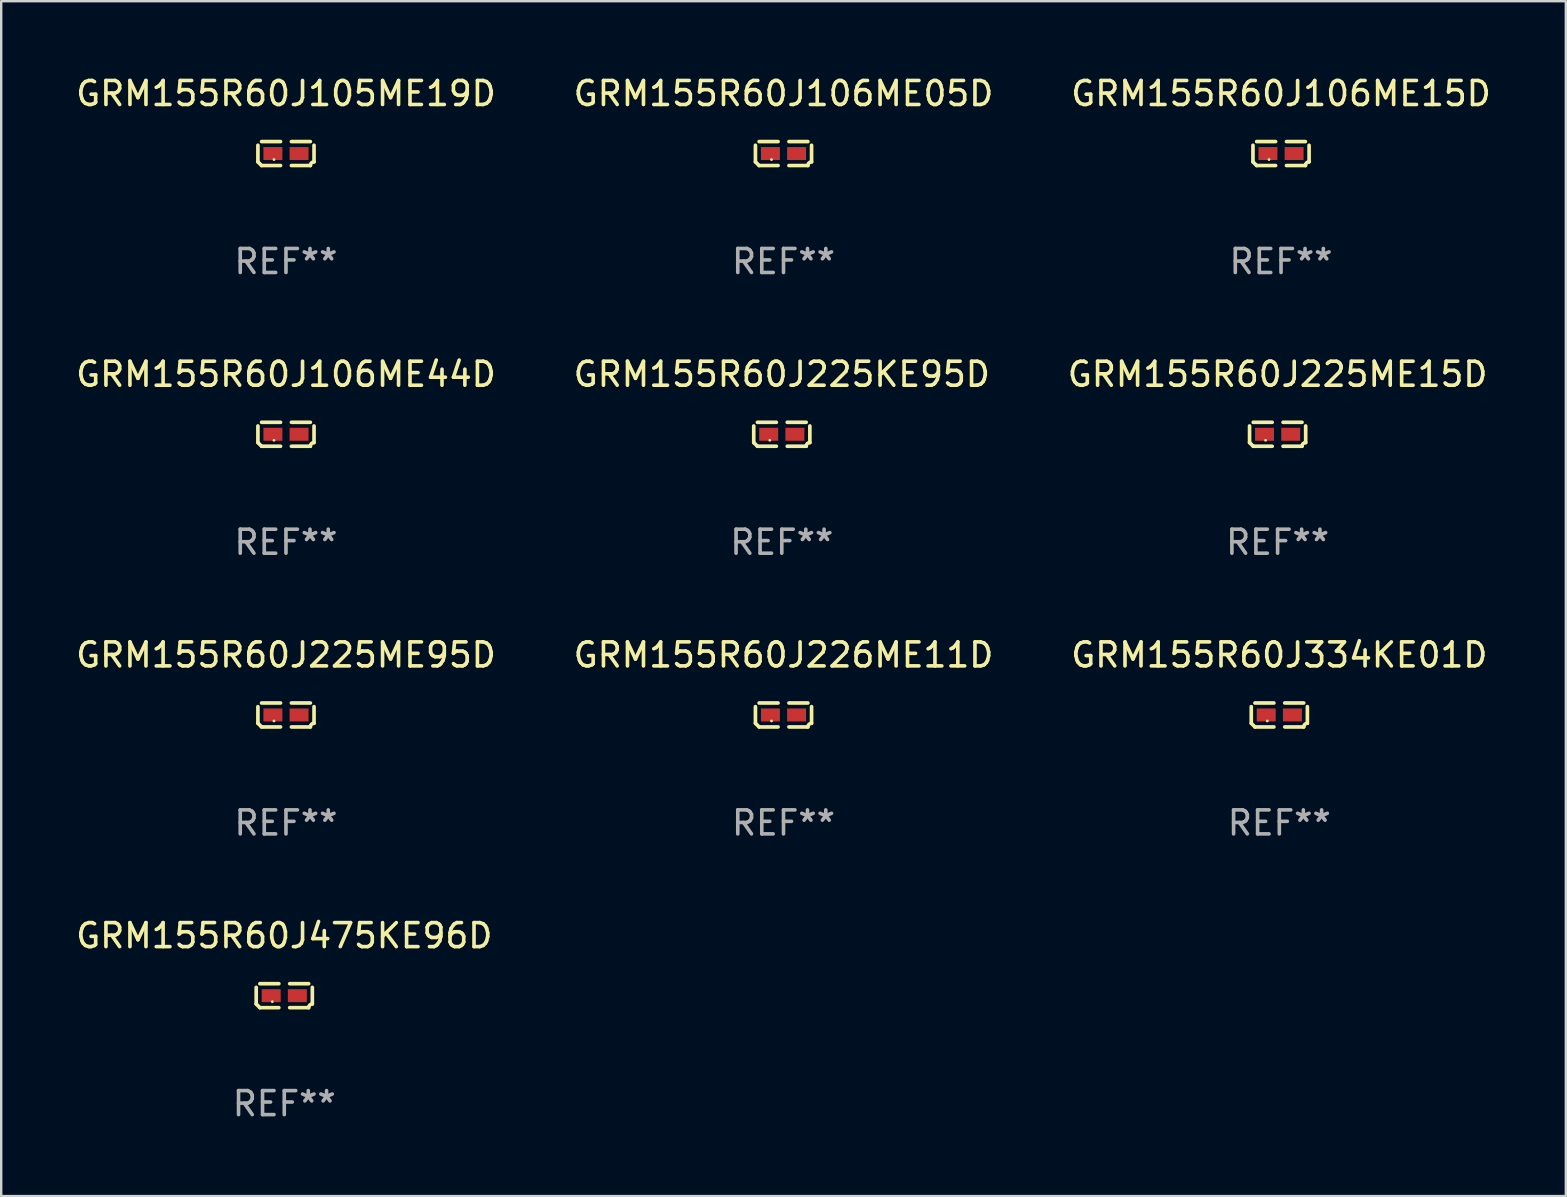
<source format=kicad_pcb>
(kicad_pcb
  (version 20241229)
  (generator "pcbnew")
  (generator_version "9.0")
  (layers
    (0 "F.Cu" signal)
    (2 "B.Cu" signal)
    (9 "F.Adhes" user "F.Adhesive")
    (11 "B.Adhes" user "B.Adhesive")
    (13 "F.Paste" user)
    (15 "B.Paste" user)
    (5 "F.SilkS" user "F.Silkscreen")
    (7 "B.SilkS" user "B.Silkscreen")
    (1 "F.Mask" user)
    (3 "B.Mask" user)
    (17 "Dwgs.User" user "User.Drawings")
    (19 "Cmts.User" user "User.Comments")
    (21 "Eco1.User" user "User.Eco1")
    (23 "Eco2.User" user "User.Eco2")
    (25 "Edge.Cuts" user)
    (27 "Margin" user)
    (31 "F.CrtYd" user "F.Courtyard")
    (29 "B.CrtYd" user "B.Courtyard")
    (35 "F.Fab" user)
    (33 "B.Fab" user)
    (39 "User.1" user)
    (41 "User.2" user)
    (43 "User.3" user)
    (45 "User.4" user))
  (footprint "GRM155R60J106ME05D"
    (layer "F.Cu")
    (at 29.589 3.347)
    (property "Reference" "GRM155R60J106ME05D" (at 0 -2.499 0) (layer "F.SilkS") (effects (font (size 1 1) (thickness 0.15))))
    (attr through_hole)
    (fp_line (start -1.169 0.346) (end -1.169 -0.346) (stroke (width 0.152) (type solid)) (layer "F.SilkS"))
    (fp_line (start -1.016 -0.499) (end -0.226 -0.499) (stroke (width 0.152) (type solid)) (layer "F.SilkS"))
    (fp_line (start -0.226 0.499) (end -1.016 0.499) (stroke (width 0.152) (type solid)) (layer "F.SilkS"))
    (fp_line (start 0.226 0.499) (end 1.016 0.499) (stroke (width 0.152) (type solid)) (layer "F.SilkS"))
    (fp_line (start 1.016 -0.499) (end 0.226 -0.499) (stroke (width 0.152) (type solid)) (layer "F.SilkS"))
    (fp_line (start 1.169 0.346) (end 1.169 -0.346) (stroke (width 0.152) (type solid)) (layer "F.SilkS"))
    (fp_arc (start -1.016307 0.498603) (mid -1.092512 0.422405) (end -1.16871 0.3462) (stroke (width 0.1524) (type solid)) (layer "F.SilkS"))
    (fp_arc (start 1.016307 0.498603) (mid 1.060899 0.390758) (end 1.168707 0.346076) (stroke (width 0.1524) (type solid)) (layer "F.SilkS"))
    (fp_circle (center -0.5 0.25) (end -0.47 0.25) (stroke (width 0.06) (type solid)) (fill no) (layer "F.SilkS"))
    (fp_text user "REF**" (at 0 4.499 0) (layer "F.Fab") (effects (font (size 1 1) (thickness 0.15))))
    (pad "1" smd rect (at -0.545 0) (size 0.79 0.54) (layers "F.Cu" "F.Mask" "F.Paste"))
    (pad "2" smd rect (at 0.545 0) (size 0.79 0.54) (layers "F.Cu" "F.Mask" "F.Paste")))
  (footprint "GRM155R60J475KE96D"
    (layer "F.Cu")
    (at 8.792 38.428)
    (property "Reference" "GRM155R60J475KE96D" (at 0 -2.499 0) (layer "F.SilkS") (effects (font (size 1 1) (thickness 0.15))))
    (attr through_hole)
    (fp_line (start -1.169 0.346) (end -1.169 -0.346) (stroke (width 0.152) (type solid)) (layer "F.SilkS"))
    (fp_line (start -1.016 -0.499) (end -0.226 -0.499) (stroke (width 0.152) (type solid)) (layer "F.SilkS"))
    (fp_line (start -0.226 0.499) (end -1.016 0.499) (stroke (width 0.152) (type solid)) (layer "F.SilkS"))
    (fp_line (start 0.226 0.499) (end 1.016 0.499) (stroke (width 0.152) (type solid)) (layer "F.SilkS"))
    (fp_line (start 1.016 -0.499) (end 0.226 -0.499) (stroke (width 0.152) (type solid)) (layer "F.SilkS"))
    (fp_line (start 1.169 0.346) (end 1.169 -0.346) (stroke (width 0.152) (type solid)) (layer "F.SilkS"))
    (fp_arc (start -1.016307 0.498603) (mid -1.092512 0.422405) (end -1.16871 0.3462) (stroke (width 0.1524) (type solid)) (layer "F.SilkS"))
    (fp_arc (start 1.016307 0.498603) (mid 1.060899 0.390758) (end 1.168707 0.346076) (stroke (width 0.1524) (type solid)) (layer "F.SilkS"))
    (fp_circle (center -0.5 0.25) (end -0.47 0.25) (stroke (width 0.06) (type solid)) (fill no) (layer "F.SilkS"))
    (fp_text user "REF**" (at 0 4.499 0) (layer "F.Fab") (effects (font (size 1 1) (thickness 0.15))))
    (pad "1" smd rect (at -0.545 0) (size 0.79 0.54) (layers "F.Cu" "F.Mask" "F.Paste"))
    (pad "2" smd rect (at 0.545 0) (size 0.79 0.54) (layers "F.Cu" "F.Mask" "F.Paste")))
  (footprint "GRM155R60J225KE95D"
    (layer "F.Cu")
    (at 29.518 15.041)
    (property "Reference" "GRM155R60J225KE95D" (at 0 -2.499 0) (layer "F.SilkS") (effects (font (size 1 1) (thickness 0.15))))
    (attr through_hole)
    (fp_line (start -1.169 0.346) (end -1.169 -0.346) (stroke (width 0.152) (type solid)) (layer "F.SilkS"))
    (fp_line (start -1.016 -0.499) (end -0.226 -0.499) (stroke (width 0.152) (type solid)) (layer "F.SilkS"))
    (fp_line (start -0.226 0.499) (end -1.016 0.499) (stroke (width 0.152) (type solid)) (layer "F.SilkS"))
    (fp_line (start 0.226 0.499) (end 1.016 0.499) (stroke (width 0.152) (type solid)) (layer "F.SilkS"))
    (fp_line (start 1.016 -0.499) (end 0.226 -0.499) (stroke (width 0.152) (type solid)) (layer "F.SilkS"))
    (fp_line (start 1.169 0.346) (end 1.169 -0.346) (stroke (width 0.152) (type solid)) (layer "F.SilkS"))
    (fp_arc (start -1.016307 0.498603) (mid -1.092512 0.422405) (end -1.16871 0.3462) (stroke (width 0.1524) (type solid)) (layer "F.SilkS"))
    (fp_arc (start 1.016307 0.498603) (mid 1.060899 0.390758) (end 1.168707 0.346076) (stroke (width 0.1524) (type solid)) (layer "F.SilkS"))
    (fp_circle (center -0.5 0.25) (end -0.47 0.25) (stroke (width 0.06) (type solid)) (fill no) (layer "F.SilkS"))
    (fp_text user "REF**" (at 0 4.499 0) (layer "F.Fab") (effects (font (size 1 1) (thickness 0.15))))
    (pad "1" smd rect (at -0.545 0) (size 0.79 0.54) (layers "F.Cu" "F.Mask" "F.Paste"))
    (pad "2" smd rect (at 0.545 0) (size 0.79 0.54) (layers "F.Cu" "F.Mask" "F.Paste")))
  (footprint "GRM155R60J334KE01D"
    (layer "F.Cu")
    (at 50.244 26.734)
    (property "Reference" "GRM155R60J334KE01D" (at 0 -2.499 0) (layer "F.SilkS") (effects (font (size 1 1) (thickness 0.15))))
    (attr through_hole)
    (fp_line (start -1.169 0.346) (end -1.169 -0.346) (stroke (width 0.152) (type solid)) (layer "F.SilkS"))
    (fp_line (start -1.016 -0.499) (end -0.226 -0.499) (stroke (width 0.152) (type solid)) (layer "F.SilkS"))
    (fp_line (start -0.226 0.499) (end -1.016 0.499) (stroke (width 0.152) (type solid)) (layer "F.SilkS"))
    (fp_line (start 0.226 0.499) (end 1.016 0.499) (stroke (width 0.152) (type solid)) (layer "F.SilkS"))
    (fp_line (start 1.016 -0.499) (end 0.226 -0.499) (stroke (width 0.152) (type solid)) (layer "F.SilkS"))
    (fp_line (start 1.169 0.346) (end 1.169 -0.346) (stroke (width 0.152) (type solid)) (layer "F.SilkS"))
    (fp_arc (start -1.016307 0.498603) (mid -1.092512 0.422405) (end -1.16871 0.3462) (stroke (width 0.1524) (type solid)) (layer "F.SilkS"))
    (fp_arc (start 1.016307 0.498603) (mid 1.060899 0.390758) (end 1.168707 0.346076) (stroke (width 0.1524) (type solid)) (layer "F.SilkS"))
    (fp_circle (center -0.5 0.25) (end -0.47 0.25) (stroke (width 0.06) (type solid)) (fill no) (layer "F.SilkS"))
    (fp_text user "REF**" (at 0 4.499 0) (layer "F.Fab") (effects (font (size 1 1) (thickness 0.15))))
    (pad "1" smd rect (at -0.545 0) (size 0.79 0.54) (layers "F.Cu" "F.Mask" "F.Paste"))
    (pad "2" smd rect (at 0.545 0) (size 0.79 0.54) (layers "F.Cu" "F.Mask" "F.Paste")))
  (footprint "GRM155R60J225ME95D"
    (layer "F.Cu")
    (at 8.863 26.734)
    (property "Reference" "GRM155R60J225ME95D" (at 0 -2.499 0) (layer "F.SilkS") (effects (font (size 1 1) (thickness 0.15))))
    (attr through_hole)
    (fp_line (start -1.169 0.346) (end -1.169 -0.346) (stroke (width 0.152) (type solid)) (layer "F.SilkS"))
    (fp_line (start -1.016 -0.499) (end -0.226 -0.499) (stroke (width 0.152) (type solid)) (layer "F.SilkS"))
    (fp_line (start -0.226 0.499) (end -1.016 0.499) (stroke (width 0.152) (type solid)) (layer "F.SilkS"))
    (fp_line (start 0.226 0.499) (end 1.016 0.499) (stroke (width 0.152) (type solid)) (layer "F.SilkS"))
    (fp_line (start 1.016 -0.499) (end 0.226 -0.499) (stroke (width 0.152) (type solid)) (layer "F.SilkS"))
    (fp_line (start 1.169 0.346) (end 1.169 -0.346) (stroke (width 0.152) (type solid)) (layer "F.SilkS"))
    (fp_arc (start -1.016307 0.498603) (mid -1.092512 0.422405) (end -1.16871 0.3462) (stroke (width 0.1524) (type solid)) (layer "F.SilkS"))
    (fp_arc (start 1.016307 0.498603) (mid 1.060899 0.390758) (end 1.168707 0.346076) (stroke (width 0.1524) (type solid)) (layer "F.SilkS"))
    (fp_circle (center -0.5 0.25) (end -0.47 0.25) (stroke (width 0.06) (type solid)) (fill no) (layer "F.SilkS"))
    (fp_text user "REF**" (at 0 4.499 0) (layer "F.Fab") (effects (font (size 1 1) (thickness 0.15))))
    (pad "1" smd rect (at -0.545 0) (size 0.79 0.54) (layers "F.Cu" "F.Mask" "F.Paste"))
    (pad "2" smd rect (at 0.545 0) (size 0.79 0.54) (layers "F.Cu" "F.Mask" "F.Paste")))
  (footprint "GRM155R60J226ME11D"
    (layer "F.Cu")
    (at 29.589 26.734)
    (property "Reference" "GRM155R60J226ME11D" (at 0 -2.499 0) (layer "F.SilkS") (effects (font (size 1 1) (thickness 0.15))))
    (attr through_hole)
    (fp_line (start -1.169 0.346) (end -1.169 -0.346) (stroke (width 0.152) (type solid)) (layer "F.SilkS"))
    (fp_line (start -1.016 -0.499) (end -0.226 -0.499) (stroke (width 0.152) (type solid)) (layer "F.SilkS"))
    (fp_line (start -0.226 0.499) (end -1.016 0.499) (stroke (width 0.152) (type solid)) (layer "F.SilkS"))
    (fp_line (start 0.226 0.499) (end 1.016 0.499) (stroke (width 0.152) (type solid)) (layer "F.SilkS"))
    (fp_line (start 1.016 -0.499) (end 0.226 -0.499) (stroke (width 0.152) (type solid)) (layer "F.SilkS"))
    (fp_line (start 1.169 0.346) (end 1.169 -0.346) (stroke (width 0.152) (type solid)) (layer "F.SilkS"))
    (fp_arc (start -1.016307 0.498603) (mid -1.092512 0.422405) (end -1.16871 0.3462) (stroke (width 0.1524) (type solid)) (layer "F.SilkS"))
    (fp_arc (start 1.016307 0.498603) (mid 1.060899 0.390758) (end 1.168707 0.346076) (stroke (width 0.1524) (type solid)) (layer "F.SilkS"))
    (fp_circle (center -0.5 0.25) (end -0.47 0.25) (stroke (width 0.06) (type solid)) (fill no) (layer "F.SilkS"))
    (fp_text user "REF**" (at 0 4.499 0) (layer "F.Fab") (effects (font (size 1 1) (thickness 0.15))))
    (pad "1" smd rect (at -0.545 0) (size 0.79 0.54) (layers "F.Cu" "F.Mask" "F.Paste"))
    (pad "2" smd rect (at 0.545 0) (size 0.79 0.54) (layers "F.Cu" "F.Mask" "F.Paste")))
  (footprint "GRM155R60J106ME15D"
    (layer "F.Cu")
    (at 50.315 3.347)
    (property "Reference" "GRM155R60J106ME15D" (at 0 -2.499 0) (layer "F.SilkS") (effects (font (size 1 1) (thickness 0.15))))
    (attr through_hole)
    (fp_line (start -1.169 0.346) (end -1.169 -0.346) (stroke (width 0.152) (type solid)) (layer "F.SilkS"))
    (fp_line (start -1.016 -0.499) (end -0.226 -0.499) (stroke (width 0.152) (type solid)) (layer "F.SilkS"))
    (fp_line (start -0.226 0.499) (end -1.016 0.499) (stroke (width 0.152) (type solid)) (layer "F.SilkS"))
    (fp_line (start 0.226 0.499) (end 1.016 0.499) (stroke (width 0.152) (type solid)) (layer "F.SilkS"))
    (fp_line (start 1.016 -0.499) (end 0.226 -0.499) (stroke (width 0.152) (type solid)) (layer "F.SilkS"))
    (fp_line (start 1.169 0.346) (end 1.169 -0.346) (stroke (width 0.152) (type solid)) (layer "F.SilkS"))
    (fp_arc (start -1.016307 0.498603) (mid -1.092512 0.422405) (end -1.16871 0.3462) (stroke (width 0.1524) (type solid)) (layer "F.SilkS"))
    (fp_arc (start 1.016307 0.498603) (mid 1.060899 0.390758) (end 1.168707 0.346076) (stroke (width 0.1524) (type solid)) (layer "F.SilkS"))
    (fp_circle (center -0.5 0.25) (end -0.47 0.25) (stroke (width 0.06) (type solid)) (fill no) (layer "F.SilkS"))
    (fp_text user "REF**" (at 0 4.499 0) (layer "F.Fab") (effects (font (size 1 1) (thickness 0.15))))
    (pad "1" smd rect (at -0.545 0) (size 0.79 0.54) (layers "F.Cu" "F.Mask" "F.Paste"))
    (pad "2" smd rect (at 0.545 0) (size 0.79 0.54) (layers "F.Cu" "F.Mask" "F.Paste")))
  (footprint "GRM155R60J225ME15D"
    (layer "F.Cu")
    (at 50.173 15.041)
    (property "Reference" "GRM155R60J225ME15D" (at 0 -2.499 0) (layer "F.SilkS") (effects (font (size 1 1) (thickness 0.15))))
    (attr through_hole)
    (fp_line (start -1.169 0.346) (end -1.169 -0.346) (stroke (width 0.152) (type solid)) (layer "F.SilkS"))
    (fp_line (start -1.016 -0.499) (end -0.226 -0.499) (stroke (width 0.152) (type solid)) (layer "F.SilkS"))
    (fp_line (start -0.226 0.499) (end -1.016 0.499) (stroke (width 0.152) (type solid)) (layer "F.SilkS"))
    (fp_line (start 0.226 0.499) (end 1.016 0.499) (stroke (width 0.152) (type solid)) (layer "F.SilkS"))
    (fp_line (start 1.016 -0.499) (end 0.226 -0.499) (stroke (width 0.152) (type solid)) (layer "F.SilkS"))
    (fp_line (start 1.169 0.346) (end 1.169 -0.346) (stroke (width 0.152) (type solid)) (layer "F.SilkS"))
    (fp_arc (start -1.016307 0.498603) (mid -1.092512 0.422405) (end -1.16871 0.3462) (stroke (width 0.1524) (type solid)) (layer "F.SilkS"))
    (fp_arc (start 1.016307 0.498603) (mid 1.060899 0.390758) (end 1.168707 0.346076) (stroke (width 0.1524) (type solid)) (layer "F.SilkS"))
    (fp_circle (center -0.5 0.25) (end -0.47 0.25) (stroke (width 0.06) (type solid)) (fill no) (layer "F.SilkS"))
    (fp_text user "REF**" (at 0 4.499 0) (layer "F.Fab") (effects (font (size 1 1) (thickness 0.15))))
    (pad "1" smd rect (at -0.545 0) (size 0.79 0.54) (layers "F.Cu" "F.Mask" "F.Paste"))
    (pad "2" smd rect (at 0.545 0) (size 0.79 0.54) (layers "F.Cu" "F.Mask" "F.Paste")))
  (footprint "GRM155R60J105ME19D"
    (layer "F.Cu")
    (at 8.863 3.347)
    (property "Reference" "GRM155R60J105ME19D" (at 0 -2.499 0) (layer "F.SilkS") (effects (font (size 1 1) (thickness 0.15))))
    (attr through_hole)
    (fp_line (start -1.169 0.346) (end -1.169 -0.346) (stroke (width 0.152) (type solid)) (layer "F.SilkS"))
    (fp_line (start -1.016 -0.499) (end -0.226 -0.499) (stroke (width 0.152) (type solid)) (layer "F.SilkS"))
    (fp_line (start -0.226 0.499) (end -1.016 0.499) (stroke (width 0.152) (type solid)) (layer "F.SilkS"))
    (fp_line (start 0.226 0.499) (end 1.016 0.499) (stroke (width 0.152) (type solid)) (layer "F.SilkS"))
    (fp_line (start 1.016 -0.499) (end 0.226 -0.499) (stroke (width 0.152) (type solid)) (layer "F.SilkS"))
    (fp_line (start 1.169 0.346) (end 1.169 -0.346) (stroke (width 0.152) (type solid)) (layer "F.SilkS"))
    (fp_arc (start -1.016307 0.498603) (mid -1.092512 0.422405) (end -1.16871 0.3462) (stroke (width 0.1524) (type solid)) (layer "F.SilkS"))
    (fp_arc (start 1.016307 0.498603) (mid 1.060899 0.390758) (end 1.168707 0.346076) (stroke (width 0.1524) (type solid)) (layer "F.SilkS"))
    (fp_circle (center -0.5 0.25) (end -0.47 0.25) (stroke (width 0.06) (type solid)) (fill no) (layer "F.SilkS"))
    (fp_text user "REF**" (at 0 4.499 0) (layer "F.Fab") (effects (font (size 1 1) (thickness 0.15))))
    (pad "1" smd rect (at -0.545 0) (size 0.79 0.54) (layers "F.Cu" "F.Mask" "F.Paste"))
    (pad "2" smd rect (at 0.545 0) (size 0.79 0.54) (layers "F.Cu" "F.Mask" "F.Paste")))
  (footprint "GRM155R60J106ME44D"
    (layer "F.Cu")
    (at 8.863 15.041)
    (property "Reference" "GRM155R60J106ME44D" (at 0 -2.499 0) (layer "F.SilkS") (effects (font (size 1 1) (thickness 0.15))))
    (attr through_hole)
    (fp_line (start -1.169 0.346) (end -1.169 -0.346) (stroke (width 0.152) (type solid)) (layer "F.SilkS"))
    (fp_line (start -1.016 -0.499) (end -0.226 -0.499) (stroke (width 0.152) (type solid)) (layer "F.SilkS"))
    (fp_line (start -0.226 0.499) (end -1.016 0.499) (stroke (width 0.152) (type solid)) (layer "F.SilkS"))
    (fp_line (start 0.226 0.499) (end 1.016 0.499) (stroke (width 0.152) (type solid)) (layer "F.SilkS"))
    (fp_line (start 1.016 -0.499) (end 0.226 -0.499) (stroke (width 0.152) (type solid)) (layer "F.SilkS"))
    (fp_line (start 1.169 0.346) (end 1.169 -0.346) (stroke (width 0.152) (type solid)) (layer "F.SilkS"))
    (fp_arc (start -1.016307 0.498603) (mid -1.092512 0.422405) (end -1.16871 0.3462) (stroke (width 0.1524) (type solid)) (layer "F.SilkS"))
    (fp_arc (start 1.016307 0.498603) (mid 1.060899 0.390758) (end 1.168707 0.346076) (stroke (width 0.1524) (type solid)) (layer "F.SilkS"))
    (fp_circle (center -0.5 0.25) (end -0.47 0.25) (stroke (width 0.06) (type solid)) (fill no) (layer "F.SilkS"))
    (fp_text user "REF**" (at 0 4.499 0) (layer "F.Fab") (effects (font (size 1 1) (thickness 0.15))))
    (pad "1" smd rect (at -0.545 0) (size 0.79 0.54) (layers "F.Cu" "F.Mask" "F.Paste"))
    (pad "2" smd rect (at 0.545 0) (size 0.79 0.54) (layers "F.Cu" "F.Mask" "F.Paste")))
  (gr_rect
    (start -3 -3)
    (end 62.179 46.775)
    (stroke (width 0.1) (type default))
    (fill no)
    (layer "Edge.Cuts")))
</source>
